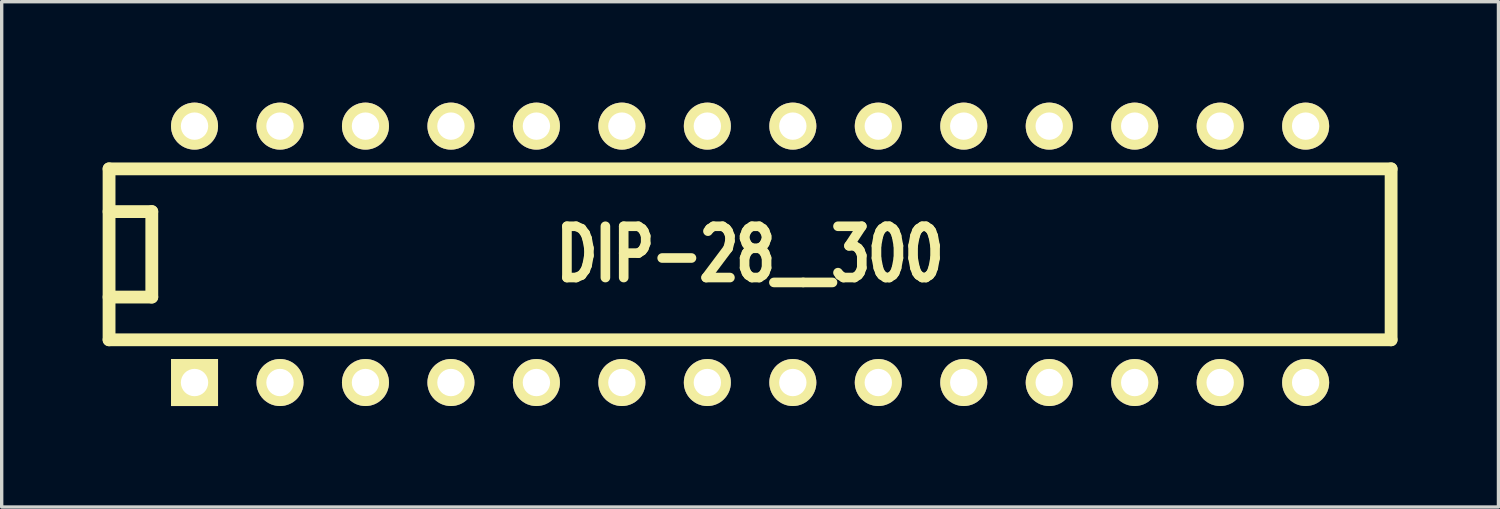
<source format=kicad_pcb>
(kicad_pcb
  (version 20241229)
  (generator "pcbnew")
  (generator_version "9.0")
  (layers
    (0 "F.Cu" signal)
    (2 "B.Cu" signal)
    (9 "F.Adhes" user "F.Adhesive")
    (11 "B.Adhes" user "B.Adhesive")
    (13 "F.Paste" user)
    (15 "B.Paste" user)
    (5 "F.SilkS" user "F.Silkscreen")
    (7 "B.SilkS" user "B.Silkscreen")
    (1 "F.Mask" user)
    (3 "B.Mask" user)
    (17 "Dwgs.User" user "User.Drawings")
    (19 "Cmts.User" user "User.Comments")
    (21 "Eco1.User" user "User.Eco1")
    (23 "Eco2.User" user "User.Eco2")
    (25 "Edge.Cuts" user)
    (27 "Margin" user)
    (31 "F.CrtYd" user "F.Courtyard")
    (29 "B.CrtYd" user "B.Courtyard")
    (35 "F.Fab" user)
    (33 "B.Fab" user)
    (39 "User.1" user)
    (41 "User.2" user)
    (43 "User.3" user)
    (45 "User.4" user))
  (footprint "DIP-28__300"
    (layer "F.Cu")
    (at 19.241 4.508)
    (property "Reference" "DIP-28__300" (at 0 0 0) (layer "F.SilkS") (effects (font (size 1.524 1.143) (thickness 0.287))))
    (attr through_hole)
    (fp_line (start -19.05 -2.54) (end 19.05 -2.54) (stroke (width 0.381) (type solid)) (layer "F.SilkS"))
    (fp_line (start -19.05 -1.27) (end -17.78 -1.27) (stroke (width 0.381) (type solid)) (layer "F.SilkS"))
    (fp_line (start -19.05 2.54) (end -19.05 -2.54) (stroke (width 0.381) (type solid)) (layer "F.SilkS"))
    (fp_line (start -17.78 -1.27) (end -17.78 1.27) (stroke (width 0.381) (type solid)) (layer "F.SilkS"))
    (fp_line (start -17.78 1.27) (end -19.05 1.27) (stroke (width 0.381) (type solid)) (layer "F.SilkS"))
    (fp_line (start 19.05 -2.54) (end 19.05 2.54) (stroke (width 0.381) (type solid)) (layer "F.SilkS"))
    (fp_line (start 19.05 2.54) (end -19.05 2.54) (stroke (width 0.381) (type solid)) (layer "F.SilkS"))
    (pad "1" thru_hole rect (at -16.51 3.81) (size 1.397 1.397) (drill 0.813) (layers "*.Cu" "*.Mask" "F.SilkS"))
    (pad "2" thru_hole circle (at -13.97 3.81) (size 1.397 1.397) (drill 0.813) (layers "*.Cu" "*.Mask" "F.SilkS"))
    (pad "3" thru_hole circle (at -11.43 3.81) (size 1.397 1.397) (drill 0.813) (layers "*.Cu" "*.Mask" "F.SilkS"))
    (pad "4" thru_hole circle (at -8.89 3.81) (size 1.397 1.397) (drill 0.813) (layers "*.Cu" "*.Mask" "F.SilkS"))
    (pad "5" thru_hole circle (at -6.35 3.81) (size 1.397 1.397) (drill 0.813) (layers "*.Cu" "*.Mask" "F.SilkS"))
    (pad "6" thru_hole circle (at -3.81 3.81) (size 1.397 1.397) (drill 0.813) (layers "*.Cu" "*.Mask" "F.SilkS"))
    (pad "7" thru_hole circle (at -1.27 3.81) (size 1.397 1.397) (drill 0.813) (layers "*.Cu" "*.Mask" "F.SilkS"))
    (pad "8" thru_hole circle (at 1.27 3.81) (size 1.397 1.397) (drill 0.813) (layers "*.Cu" "*.Mask" "F.SilkS"))
    (pad "9" thru_hole circle (at 3.81 3.81) (size 1.397 1.397) (drill 0.813) (layers "*.Cu" "*.Mask" "F.SilkS"))
    (pad "10" thru_hole circle (at 6.35 3.81) (size 1.397 1.397) (drill 0.813) (layers "*.Cu" "*.Mask" "F.SilkS"))
    (pad "11" thru_hole circle (at 8.89 3.81) (size 1.397 1.397) (drill 0.813) (layers "*.Cu" "*.Mask" "F.SilkS"))
    (pad "12" thru_hole circle (at 11.43 3.81) (size 1.397 1.397) (drill 0.813) (layers "*.Cu" "*.Mask" "F.SilkS"))
    (pad "13" thru_hole circle (at 13.97 3.81) (size 1.397 1.397) (drill 0.813) (layers "*.Cu" "*.Mask" "F.SilkS"))
    (pad "14" thru_hole circle (at 16.51 3.81) (size 1.397 1.397) (drill 0.813) (layers "*.Cu" "*.Mask" "F.SilkS"))
    (pad "15" thru_hole circle (at 16.51 -3.81) (size 1.397 1.397) (drill 0.813) (layers "*.Cu" "*.Mask" "F.SilkS"))
    (pad "16" thru_hole circle (at 13.97 -3.81) (size 1.397 1.397) (drill 0.813) (layers "*.Cu" "*.Mask" "F.SilkS"))
    (pad "17" thru_hole circle (at 11.43 -3.81) (size 1.397 1.397) (drill 0.813) (layers "*.Cu" "*.Mask" "F.SilkS"))
    (pad "18" thru_hole circle (at 8.89 -3.81) (size 1.397 1.397) (drill 0.813) (layers "*.Cu" "*.Mask" "F.SilkS"))
    (pad "19" thru_hole circle (at 6.35 -3.81) (size 1.397 1.397) (drill 0.813) (layers "*.Cu" "*.Mask" "F.SilkS"))
    (pad "20" thru_hole circle (at 3.81 -3.81) (size 1.397 1.397) (drill 0.813) (layers "*.Cu" "*.Mask" "F.SilkS"))
    (pad "21" thru_hole circle (at 1.27 -3.81) (size 1.397 1.397) (drill 0.813) (layers "*.Cu" "*.Mask" "F.SilkS"))
    (pad "22" thru_hole circle (at -1.27 -3.81) (size 1.397 1.397) (drill 0.813) (layers "*.Cu" "*.Mask" "F.SilkS"))
    (pad "23" thru_hole circle (at -3.81 -3.81) (size 1.397 1.397) (drill 0.813) (layers "*.Cu" "*.Mask" "F.SilkS"))
    (pad "24" thru_hole circle (at -6.35 -3.81) (size 1.397 1.397) (drill 0.813) (layers "*.Cu" "*.Mask" "F.SilkS"))
    (pad "25" thru_hole circle (at -8.89 -3.81) (size 1.397 1.397) (drill 0.813) (layers "*.Cu" "*.Mask" "F.SilkS"))
    (pad "26" thru_hole circle (at -11.43 -3.81) (size 1.397 1.397) (drill 0.813) (layers "*.Cu" "*.Mask" "F.SilkS"))
    (pad "27" thru_hole circle (at -13.97 -3.81) (size 1.397 1.397) (drill 0.813) (layers "*.Cu" "*.Mask" "F.SilkS"))
    (pad "28" thru_hole circle (at -16.51 -3.81) (size 1.397 1.397) (drill 0.813) (layers "*.Cu" "*.Mask" "F.SilkS")))
  (gr_rect
    (start -3 -3)
    (end 41.481 12.017)
    (stroke (width 0.1) (type default))
    (fill no)
    (layer "Edge.Cuts")))
</source>
